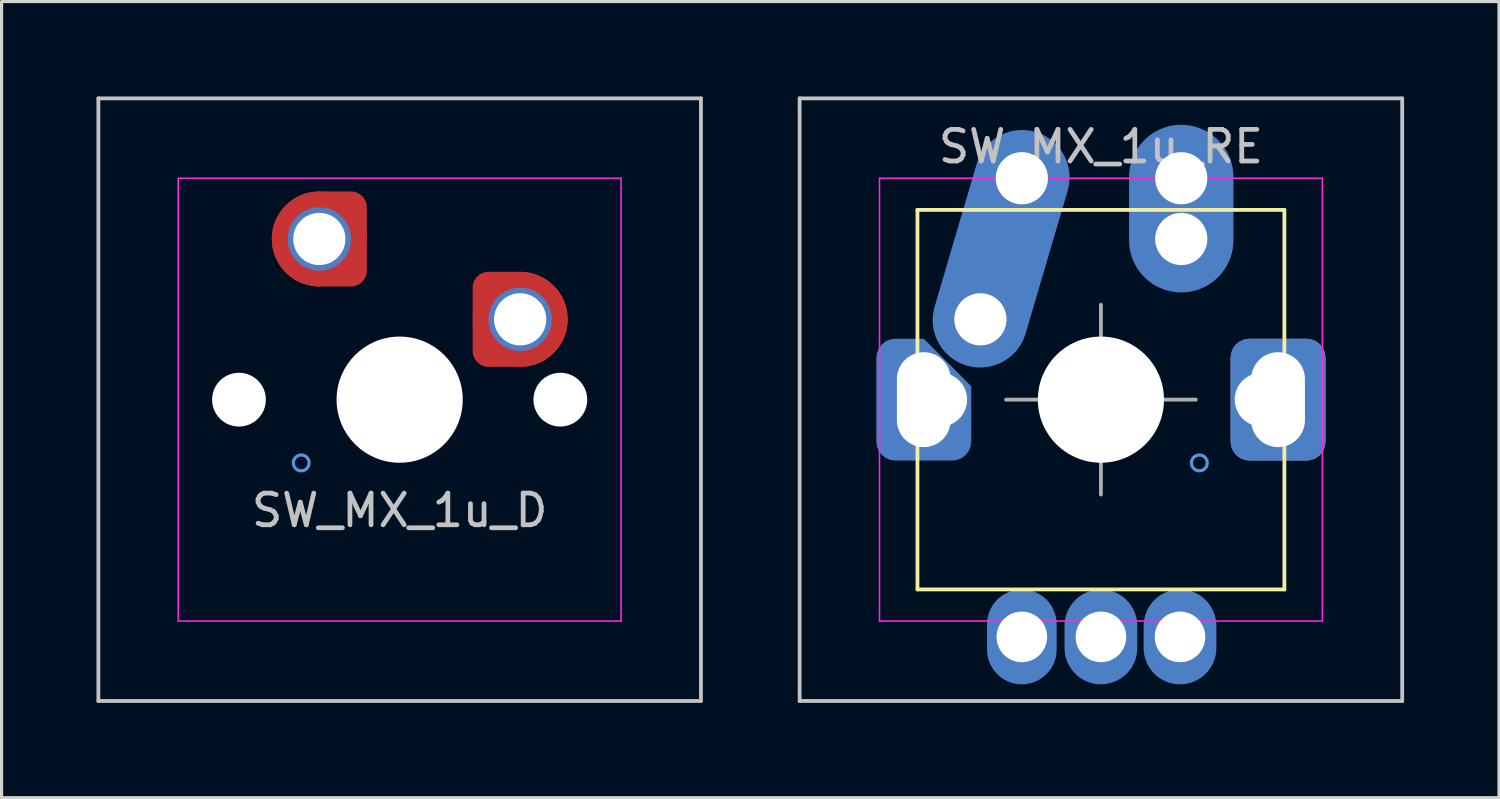
<source format=kicad_pcb>
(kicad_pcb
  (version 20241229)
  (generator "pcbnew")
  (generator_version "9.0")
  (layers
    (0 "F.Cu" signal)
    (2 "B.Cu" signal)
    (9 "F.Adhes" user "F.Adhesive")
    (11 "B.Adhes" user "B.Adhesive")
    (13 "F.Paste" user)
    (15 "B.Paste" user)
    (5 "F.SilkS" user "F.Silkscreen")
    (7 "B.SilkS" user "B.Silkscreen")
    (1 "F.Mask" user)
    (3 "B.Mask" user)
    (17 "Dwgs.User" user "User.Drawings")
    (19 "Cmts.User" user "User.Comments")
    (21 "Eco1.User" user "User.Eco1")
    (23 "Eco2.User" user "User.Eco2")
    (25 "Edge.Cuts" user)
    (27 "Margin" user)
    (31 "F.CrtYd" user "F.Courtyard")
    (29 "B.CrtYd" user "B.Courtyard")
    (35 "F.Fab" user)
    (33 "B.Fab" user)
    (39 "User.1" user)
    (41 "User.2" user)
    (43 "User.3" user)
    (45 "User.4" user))
  (footprint "SW_MX_1u_D"
    (layer "F.Cu")
    (at 9.585 9.585)
    (property "Reference" "SW_MX_1u_D" (at 0 3.5 0) (layer "Dwgs.User") (effects (font (size 1 1) (thickness 0.15))))
    (attr through_hole exclude_from_pos_files exclude_from_bom)
    (fp_line (start -9.525 -9.525) (end -9.525 9.525) (stroke (width 0.12) (type solid)) (layer "Dwgs.User"))
    (fp_line (start -9.525 9.525) (end 9.525 9.525) (stroke (width 0.12) (type solid)) (layer "Dwgs.User"))
    (fp_line (start 9.525 -9.525) (end -9.525 -9.525) (stroke (width 0.12) (type solid)) (layer "Dwgs.User"))
    (fp_line (start 9.525 9.525) (end 9.525 -9.525) (stroke (width 0.12) (type solid)) (layer "Dwgs.User"))
    (fp_circle (center -3.112 2) (end -3.112 1.75) (stroke (width 0.1) (type default)) (fill no) (layer "Cmts.User"))
    (fp_circle (center -2.54 -5.08) (end -2.54 -5.33) (stroke (width 0.1) (type default)) (fill no) (layer "Cmts.User"))
    (fp_circle (center 3.81 -2.54) (end 3.81 -2.79) (stroke (width 0.1) (type default)) (fill no) (layer "Cmts.User"))
    (fp_line (start -7 6.5) (end -7 -6.5) (stroke (width 0.05) (type solid)) (layer "Eco2.User"))
    (fp_line (start -6.5 -7) (end 6.5 -7) (stroke (width 0.05) (type solid)) (layer "Eco2.User"))
    (fp_line (start 6.5 7) (end -6.5 7) (stroke (width 0.05) (type solid)) (layer "Eco2.User"))
    (fp_line (start 7 -6.5) (end 7 6.5) (stroke (width 0.05) (type solid)) (layer "Eco2.User"))
    (fp_arc (start -7 -6.5) (mid -6.853553 -6.853553) (end -6.5 -7) (stroke (width 0.05) (type solid)) (layer "Eco2.User"))
    (fp_arc (start -6.5 7) (mid -6.853553 6.853553) (end -7 6.5) (stroke (width 0.05) (type solid)) (layer "Eco2.User"))
    (fp_arc (start 6.5 -7) (mid 6.853553 -6.853553) (end 7 -6.5) (stroke (width 0.05) (type solid)) (layer "Eco2.User"))
    (fp_arc (start 6.997236 6.498884) (mid 6.850789 6.852437) (end 6.497236 6.998884) (stroke (width 0.05) (type solid)) (layer "Eco2.User"))
    (fp_line (start -7 -7) (end -7 7) (stroke (width 0.05) (type solid)) (layer "F.CrtYd"))
    (fp_line (start -7 7) (end 7 7) (stroke (width 0.05) (type solid)) (layer "F.CrtYd"))
    (fp_line (start 7 -7) (end -7 -7) (stroke (width 0.05) (type solid)) (layer "F.CrtYd"))
    (fp_line (start 7 7) (end 7 -7) (stroke (width 0.05) (type solid)) (layer "F.CrtYd"))
    (pad "" np_thru_hole circle (at -5.08 0) (size 1.7 1.7) (drill 1.7) (layers "*.Cu" "*.Mask"))
    (pad "" np_thru_hole circle (at 0 0) (size 3.988 3.988) (drill 3.988) (layers "*.Cu" "*.Mask"))
    (pad "" np_thru_hole circle (at 5.08 0) (size 1.7 1.7) (drill 1.7) (layers "*.Cu" "*.Mask"))
    (pad "1" thru_hole circle (at 3.81 -2.54) (size 2 2) (drill 1.65) (layers "*.Cu") (remove_unused_layers yes) (keep_end_layers yes) (zone_layer_connections))
    (pad "1" smd custom (at 3.81 -2.54) (size 2.5 2.5) (layers "F.Cu" "F.Mask") (options (anchor circle)) (primitives (gr_poly (pts (arc (start -1.25 -1) (mid -1.176777 -1.176777) (end -1 -1.25)) (arc (start 0 -1.25) (mid 1.25 0) (end 0 1.25)) (arc (start -1 1.25) (mid -1.176777 1.176777) (end -1.25 1))) (width 0.004) (fill yes))))
    (pad "1" smd circle (at 3.81 -2.54) (size 3 3) (layers "F.Cu"))
    (pad "1" smd custom (at 3.81 -2.54) (size 3 3) (layers "F.Cu") (options (anchor circle)) (primitives (gr_poly (pts (arc (start 0 1.5) (mid 1.5 0) (end 0 -1.5)) (arc (start -1 -1.5) (mid -1.353554 -1.353554) (end -1.5 -1)) (arc (start -1.5 1) (mid -1.353554 1.353554) (end -1 1.5))) (width 0.004) (fill yes))))
    (pad "2" thru_hole circle (at -2.54 -5.08 180) (size 2 2) (drill 1.65) (layers "*.Cu") (remove_unused_layers yes) (keep_end_layers yes) (zone_layer_connections))
    (pad "2" smd custom (at -2.54 -5.08 180) (size 2.5 2.5) (layers "F.Cu" "F.Mask") (options (anchor circle)) (primitives (gr_poly (pts (arc (start -1.25 -1) (mid -1.176777 -1.176777) (end -1 -1.25)) (arc (start 0 -1.25) (mid 1.25 0) (end 0 1.25)) (arc (start -1 1.25) (mid -1.176777 1.176777) (end -1.25 1))) (width 0.004) (fill yes))))
    (pad "2" smd circle (at -2.54 -5.08) (size 3 3) (layers "F.Cu"))
    (pad "2" smd custom (at -2.54 -5.08 180) (size 3 3) (layers "F.Cu") (options (anchor circle)) (primitives (gr_poly (pts (arc (start 0 1.5) (mid 1.5 0) (end 0 -1.5)) (arc (start -1 -1.5) (mid -1.353554 -1.353554) (end -1.5 -1)) (arc (start -1.5 1) (mid -1.353554 1.353554) (end -1 1.5))) (width 0.004) (fill yes)))))
  (footprint "SW_MX_1u_RE"
    (layer "F.Cu")
    (at 31.755 9.585)
    (property "Reference" "SW_MX_1u_RE" (at 0 -8 0) (layer "Dwgs.User") (effects (font (size 1 1) (thickness 0.15))))
    (attr through_hole exclude_from_pos_files exclude_from_bom)
    (fp_line (start -5.8 -6) (end 5.8 -6) (stroke (width 0.12) (type solid)) (layer "F.SilkS"))
    (fp_line (start -5.8 6) (end -5.8 -6) (stroke (width 0.12) (type solid)) (layer "F.SilkS"))
    (fp_line (start 5.8 -6) (end 5.8 6) (stroke (width 0.12) (type solid)) (layer "F.SilkS"))
    (fp_line (start 5.8 6) (end -5.8 6) (stroke (width 0.12) (type solid)) (layer "F.SilkS"))
    (fp_line (start -9.525 -9.525) (end -9.525 9.525) (stroke (width 0.12) (type solid)) (layer "Dwgs.User"))
    (fp_line (start -9.525 9.525) (end 9.525 9.525) (stroke (width 0.12) (type solid)) (layer "Dwgs.User"))
    (fp_line (start 9.525 -9.525) (end -9.525 -9.525) (stroke (width 0.12) (type solid)) (layer "Dwgs.User"))
    (fp_line (start 9.525 -9.525) (end 9.525 9.525) (stroke (width 0.12) (type solid)) (layer "Dwgs.User"))
    (fp_circle (center 3.112 2) (end 3.112 1.75) (stroke (width 0.1) (type default)) (fill no) (layer "Cmts.User"))
    (fp_line (start -7 6.5) (end -7 -6.5) (stroke (width 0.05) (type solid)) (layer "Eco2.User"))
    (fp_line (start -6.5 -7) (end 6.5 -7) (stroke (width 0.05) (type solid)) (layer "Eco2.User"))
    (fp_line (start 6.5 7) (end -6.5 7) (stroke (width 0.05) (type solid)) (layer "Eco2.User"))
    (fp_line (start 7 -6.5) (end 7 6.5) (stroke (width 0.05) (type solid)) (layer "Eco2.User"))
    (fp_arc (start -7 -6.5) (mid -6.853553 -6.853553) (end -6.5 -7) (stroke (width 0.05) (type solid)) (layer "Eco2.User"))
    (fp_arc (start -6.5 7) (mid -6.853553 6.853553) (end -7 6.5) (stroke (width 0.05) (type solid)) (layer "Eco2.User"))
    (fp_arc (start 6.5 -7) (mid 6.853553 -6.853553) (end 7 -6.5) (stroke (width 0.05) (type solid)) (layer "Eco2.User"))
    (fp_arc (start 6.997236 6.498884) (mid 6.850789 6.852437) (end 6.497236 6.998884) (stroke (width 0.05) (type solid)) (layer "Eco2.User"))
    (fp_line (start -7 -7) (end -7 7) (stroke (width 0.05) (type solid)) (layer "F.CrtYd"))
    (fp_line (start -7 7) (end 7 7) (stroke (width 0.05) (type solid)) (layer "F.CrtYd"))
    (fp_line (start 7 -7) (end -7 -7) (stroke (width 0.05) (type solid)) (layer "F.CrtYd"))
    (fp_line (start 7 7) (end 7 -7) (stroke (width 0.05) (type solid)) (layer "F.CrtYd"))
    (fp_line (start -3 0) (end 3 0) (stroke (width 0.12) (type solid)) (layer "F.Fab"))
    (fp_line (start 0 3) (end 0 -3) (stroke (width 0.12) (type solid)) (layer "F.Fab"))
    (pad "" thru_hole roundrect (at -5.6 0 90) (size 3.8 2.5) (drill oval 3 1.7) (layers "B.Mask") (roundrect_rratio 0.2) (chamfer_ratio 0.5) (chamfer bottom_right))
    (pad "" thru_hole circle (at -5.08 0) (size 1.7 1.7) (drill 1.7) (layers "B.Mask"))
    (pad "" np_thru_hole circle (at 0 0) (size 3.988 3.988) (drill 3.988) (layers "*.Cu" "*.Mask"))
    (pad "" thru_hole circle (at 5.08 0) (size 1.7 1.7) (drill 1.7) (layers "B.Mask"))
    (pad "" thru_hole roundrect (at 5.6 0 90) (size 3.85 3) (drill oval 3 1.7) (layers "B.Mask") (roundrect_rratio 0.2))
    (pad "A" thru_hole circle (at -2.5 7.5 90) (size 2 2) (drill 1.6) (layers "*.Cu" "B.Mask") (remove_unused_layers yes) (zone_layer_connections))
    (pad "A" smd oval (at -2.5 7.5) (size 2.2 3) (layers "B.Cu" "B.Mask"))
    (pad "B" thru_hole circle (at 2.5 7.5 90) (size 2 2) (drill 1.6) (layers "*.Cu") (remove_unused_layers yes) (zone_layer_connections))
    (pad "B" smd oval (at 2.5 7.5) (size 2.3 3) (layers "B.Cu" "B.Mask"))
    (pad "C" thru_hole circle (at 0 7.5 90) (size 2 2) (drill 1.6) (layers "*.Cu") (remove_unused_layers yes) (zone_layer_connections))
    (pad "C" smd oval (at 0 7.5) (size 2.3 3) (layers "B.Cu" "B.Mask"))
    (pad "S1" thru_hole circle (at -3.81 -2.54) (size 2 2) (drill 1.65) (layers "*.Cu") (remove_unused_layers yes) (keep_end_layers yes) (zone_layer_connections))
    (pad "S1" smd circle (at -3.81 -2.54) (size 2.5 2.5) (layers "B.Cu" "B.Mask"))
    (pad "S1" smd oval (at -3.155 -4.77 73.6) (size 7.7 3) (layers "B.Cu"))
    (pad "S1" thru_hole circle (at -2.5 -7) (size 2 2) (drill 1.65) (layers "*.Cu") (remove_unused_layers yes) (keep_end_layers yes) (zone_layer_connections))
    (pad "S1" smd circle (at -2.5 -7) (size 2.5 2.5) (layers "B.Cu" "B.Mask"))
    (pad "S2" thru_hole circle (at 2.54 -7) (size 2 2) (drill 1.65) (layers "*.Cu") (remove_unused_layers yes) (keep_end_layers yes) (zone_layer_connections))
    (pad "S2" smd oval (at 2.54 -6.04) (size 2.5 4.5) (layers "B.Cu" "B.Mask"))
    (pad "S2" smd oval (at 2.54 -6.04 270) (size 3.92 2) (layers "F.Cu"))
    (pad "S2" smd oval (at 2.54 -6.04 90) (size 5.3 3.3) (layers "B.Cu"))
    (pad "S2" thru_hole circle (at 2.54 -5.08) (size 2 2) (drill 1.65) (layers "*.Cu") (remove_unused_layers yes) (keep_end_layers yes) (zone_layer_connections))
    (pad "X" smd roundrect (at -5.6 0 90) (size 3.85 3) (layers "B.Cu" "B.Mask") (roundrect_rratio 0.2) (chamfer_ratio 0.5) (chamfer bottom_right))
    (pad "X" smd roundrect (at 5.6 0 90) (size 3.85 3) (layers "B.Cu") (roundrect_rratio 0.2)))
  (gr_rect
    (start -3 -3)
    (end 44.34 22.17)
    (stroke (width 0.1) (type default))
    (fill no)
    (layer "Edge.Cuts")))
</source>
